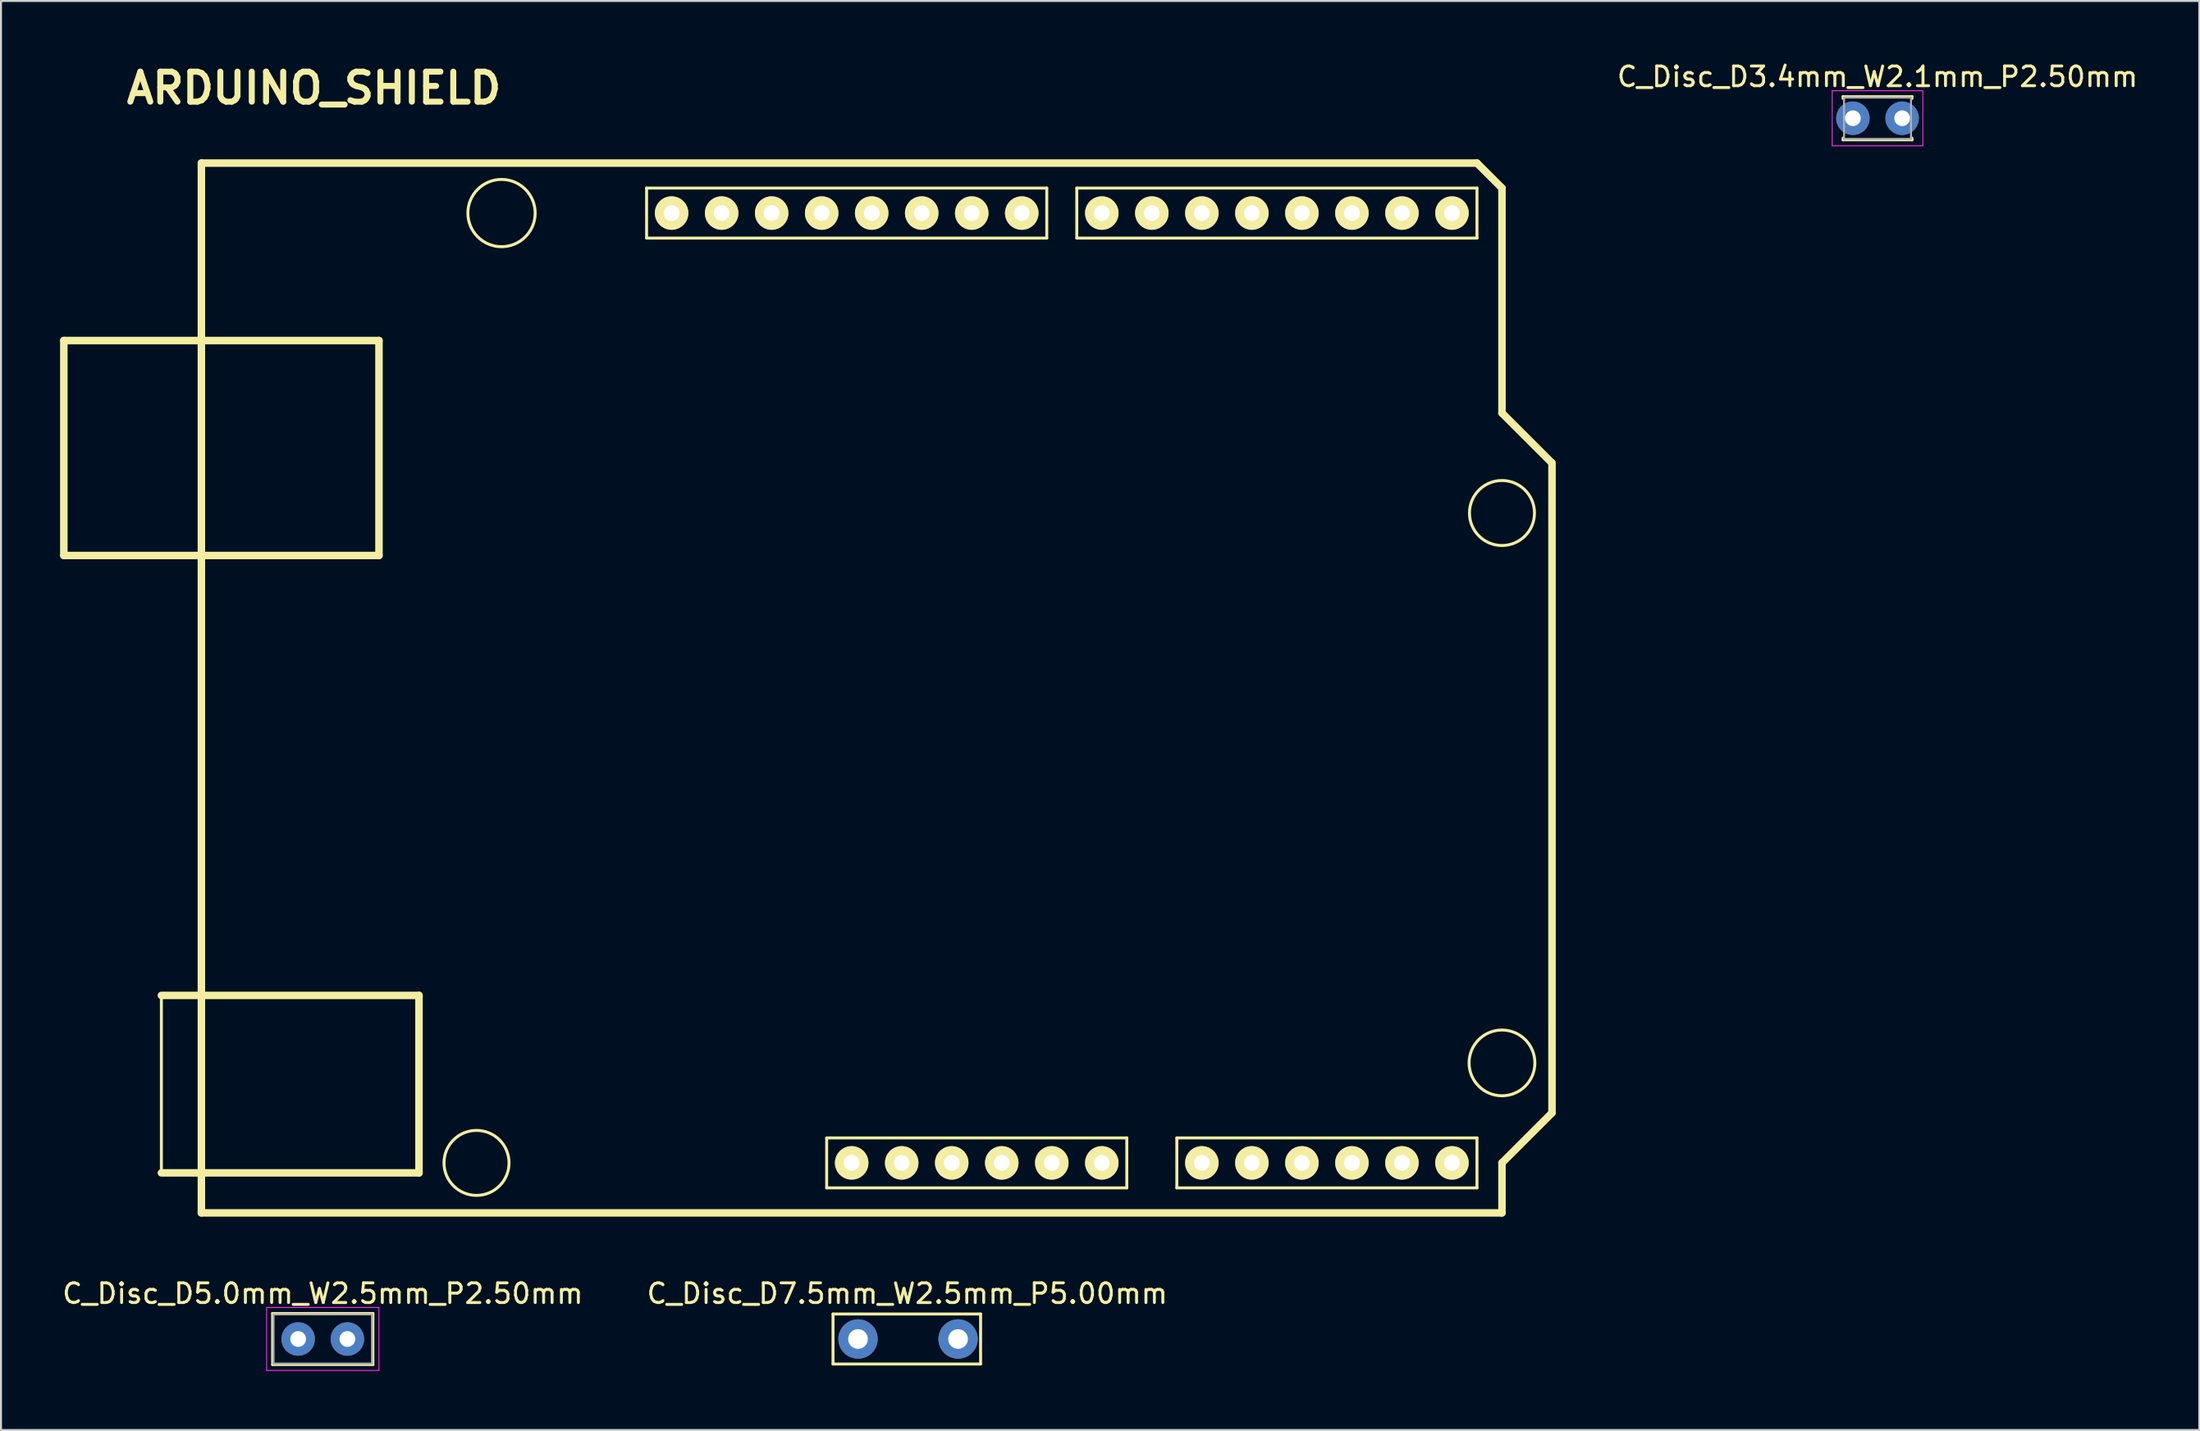
<source format=kicad_pcb>
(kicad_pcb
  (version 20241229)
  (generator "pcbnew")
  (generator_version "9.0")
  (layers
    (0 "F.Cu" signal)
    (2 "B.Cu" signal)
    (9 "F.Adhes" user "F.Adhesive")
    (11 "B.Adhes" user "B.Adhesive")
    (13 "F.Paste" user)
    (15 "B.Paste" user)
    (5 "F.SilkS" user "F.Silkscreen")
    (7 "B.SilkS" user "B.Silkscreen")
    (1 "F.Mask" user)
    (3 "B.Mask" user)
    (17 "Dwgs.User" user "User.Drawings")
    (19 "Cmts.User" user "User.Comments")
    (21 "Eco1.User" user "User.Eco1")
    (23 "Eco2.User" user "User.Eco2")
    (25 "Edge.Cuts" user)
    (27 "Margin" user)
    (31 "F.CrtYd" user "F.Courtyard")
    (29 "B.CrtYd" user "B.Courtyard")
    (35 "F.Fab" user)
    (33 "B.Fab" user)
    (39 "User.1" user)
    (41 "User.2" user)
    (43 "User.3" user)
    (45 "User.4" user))
  (footprint "C_Disc_D3.4mm_W2.1mm_P2.50mm"
    (layer "F.Cu")
    (at 91.035 2.958)
    (property "Reference" "C_Disc_D3.4mm_W2.1mm_P2.50mm" (at 1.25 -2.11 0) (layer "F.SilkS") (effects (font (size 1 1) (thickness 0.15))))
    (attr through_hole)
    (fp_line (start -0.51 -1.11) (end -0.51 -0.996) (stroke (width 0.12) (type solid)) (layer "F.SilkS"))
    (fp_line (start -0.51 -1.11) (end 3.01 -1.11) (stroke (width 0.12) (type solid)) (layer "F.SilkS"))
    (fp_line (start -0.51 0.996) (end -0.51 1.11) (stroke (width 0.12) (type solid)) (layer "F.SilkS"))
    (fp_line (start -0.51 1.11) (end 3.01 1.11) (stroke (width 0.12) (type solid)) (layer "F.SilkS"))
    (fp_line (start 3.01 -1.11) (end 3.01 -0.996) (stroke (width 0.12) (type solid)) (layer "F.SilkS"))
    (fp_line (start 3.01 0.996) (end 3.01 1.11) (stroke (width 0.12) (type solid)) (layer "F.SilkS"))
    (fp_line (start -1.05 -1.4) (end -1.05 1.4) (stroke (width 0.05) (type solid)) (layer "F.CrtYd"))
    (fp_line (start -1.05 1.4) (end 3.55 1.4) (stroke (width 0.05) (type solid)) (layer "F.CrtYd"))
    (fp_line (start 3.55 -1.4) (end -1.05 -1.4) (stroke (width 0.05) (type solid)) (layer "F.CrtYd"))
    (fp_line (start 3.55 1.4) (end 3.55 -1.4) (stroke (width 0.05) (type solid)) (layer "F.CrtYd"))
    (fp_line (start -0.45 -1.05) (end -0.45 1.05) (stroke (width 0.1) (type solid)) (layer "F.Fab"))
    (fp_line (start -0.45 1.05) (end 2.95 1.05) (stroke (width 0.1) (type solid)) (layer "F.Fab"))
    (fp_line (start 2.95 -1.05) (end -0.45 -1.05) (stroke (width 0.1) (type solid)) (layer "F.Fab"))
    (fp_line (start 2.95 1.05) (end 2.95 -1.05) (stroke (width 0.1) (type solid)) (layer "F.Fab"))
    (pad "1" thru_hole circle (at 0 0) (size 1.7 1.7) (drill 0.8) (layers "*.Cu" "*.Mask"))
    (pad "2" thru_hole circle (at 2.5 0) (size 1.7 1.7) (drill 0.8) (layers "*.Cu" "*.Mask")))
  (footprint "ARDUINO_SHIELD"
    (layer "F.Cu")
    (at 7.176 58.576)
    (property "Reference" "ARDUINO_SHIELD" (at 5.715 -57.15 0) (layer "F.SilkS") (effects (font (size 1.524 1.524) (thickness 0.305))))
    (attr through_hole)
    (fp_line (start -6.985 -44.323) (end -6.985 -33.401) (stroke (width 0.381) (type solid)) (layer "F.SilkS"))
    (fp_line (start -6.985 -44.323) (end 9.017 -44.323) (stroke (width 0.381) (type solid)) (layer "F.SilkS"))
    (fp_line (start -6.985 -33.401) (end 9.017 -33.401) (stroke (width 0.381) (type solid)) (layer "F.SilkS"))
    (fp_line (start -2.032 -11.049) (end 11.049 -11.049) (stroke (width 0.381) (type solid)) (layer "F.SilkS"))
    (fp_line (start -2.032 -2.032) (end -2.032 -11.049) (stroke (width 0.15) (type solid)) (layer "F.SilkS"))
    (fp_line (start -2.032 -2.032) (end 11.049 -2.032) (stroke (width 0.381) (type solid)) (layer "F.SilkS"))
    (fp_line (start 0 0) (end 0 -53.34) (stroke (width 0.381) (type solid)) (layer "F.SilkS"))
    (fp_line (start 9.017 -44.323) (end 9.017 -33.401) (stroke (width 0.381) (type solid)) (layer "F.SilkS"))
    (fp_line (start 11.049 -11.049) (end 11.049 -2.032) (stroke (width 0.381) (type solid)) (layer "F.SilkS"))
    (fp_line (start 22.606 -52.07) (end 42.926 -52.07) (stroke (width 0.15) (type solid)) (layer "F.SilkS"))
    (fp_line (start 22.606 -49.53) (end 22.606 -52.07) (stroke (width 0.15) (type solid)) (layer "F.SilkS"))
    (fp_line (start 31.75 -3.81) (end 31.75 -1.27) (stroke (width 0.15) (type solid)) (layer "F.SilkS"))
    (fp_line (start 31.75 -1.27) (end 46.99 -1.27) (stroke (width 0.15) (type solid)) (layer "F.SilkS"))
    (fp_line (start 42.926 -52.07) (end 42.926 -49.53) (stroke (width 0.15) (type solid)) (layer "F.SilkS"))
    (fp_line (start 42.926 -49.53) (end 22.606 -49.53) (stroke (width 0.15) (type solid)) (layer "F.SilkS"))
    (fp_line (start 44.45 -52.07) (end 44.45 -49.53) (stroke (width 0.15) (type solid)) (layer "F.SilkS"))
    (fp_line (start 44.45 -49.53) (end 64.77 -49.53) (stroke (width 0.15) (type solid)) (layer "F.SilkS"))
    (fp_line (start 46.99 -3.81) (end 31.75 -3.81) (stroke (width 0.15) (type solid)) (layer "F.SilkS"))
    (fp_line (start 46.99 -1.27) (end 46.99 -3.81) (stroke (width 0.15) (type solid)) (layer "F.SilkS"))
    (fp_line (start 49.53 -3.81) (end 49.53 -1.27) (stroke (width 0.15) (type solid)) (layer "F.SilkS"))
    (fp_line (start 49.53 -1.27) (end 64.77 -1.27) (stroke (width 0.15) (type solid)) (layer "F.SilkS"))
    (fp_line (start 64.77 -53.34) (end 0 -53.34) (stroke (width 0.381) (type solid)) (layer "F.SilkS"))
    (fp_line (start 64.77 -52.07) (end 44.45 -52.07) (stroke (width 0.15) (type solid)) (layer "F.SilkS"))
    (fp_line (start 64.77 -49.53) (end 64.77 -52.07) (stroke (width 0.15) (type solid)) (layer "F.SilkS"))
    (fp_line (start 64.77 -3.81) (end 49.53 -3.81) (stroke (width 0.15) (type solid)) (layer "F.SilkS"))
    (fp_line (start 64.77 -1.27) (end 64.77 -3.81) (stroke (width 0.15) (type solid)) (layer "F.SilkS"))
    (fp_line (start 66.04 -52.07) (end 64.77 -53.34) (stroke (width 0.381) (type solid)) (layer "F.SilkS"))
    (fp_line (start 66.04 -40.64) (end 66.04 -52.07) (stroke (width 0.381) (type solid)) (layer "F.SilkS"))
    (fp_line (start 66.04 -40.64) (end 68.58 -38.1) (stroke (width 0.381) (type solid)) (layer "F.SilkS"))
    (fp_line (start 66.04 -2.54) (end 66.04 0) (stroke (width 0.381) (type solid)) (layer "F.SilkS"))
    (fp_line (start 66.04 0) (end 0 0) (stroke (width 0.381) (type solid)) (layer "F.SilkS"))
    (fp_line (start 68.58 -38.1) (end 68.58 -5.08) (stroke (width 0.381) (type solid)) (layer "F.SilkS"))
    (fp_line (start 68.58 -5.08) (end 66.04 -2.54) (stroke (width 0.381) (type solid)) (layer "F.SilkS"))
    (fp_circle (center 13.97 -2.54) (end 14.605 -4.064) (stroke (width 0.15) (type solid)) (fill no) (layer "F.SilkS"))
    (fp_circle (center 15.24 -50.8) (end 16.383 -49.53) (stroke (width 0.15) (type solid)) (fill no) (layer "F.SilkS"))
    (fp_circle (center 66.04 -35.56) (end 66.04 -37.211) (stroke (width 0.15) (type solid)) (fill no) (layer "F.SilkS"))
    (fp_circle (center 66.04 -7.62) (end 66.294 -9.271) (stroke (width 0.15) (type solid)) (fill no) (layer "F.SilkS"))
    (pad "1" thru_hole circle (at 63.5 -50.8 90) (size 1.7 1.7) (drill 0.8) (layers "*.Cu" "*.Mask" "F.SilkS"))
    (pad "2" thru_hole circle (at 60.96 -50.8 90) (size 1.7 1.7) (drill 0.8) (layers "*.Cu" "*.Mask" "F.SilkS"))
    (pad "3" thru_hole circle (at 58.42 -50.8 90) (size 1.7 1.7) (drill 0.8) (layers "*.Cu" "*.Mask" "F.SilkS"))
    (pad "4" thru_hole circle (at 55.88 -50.8 90) (size 1.7 1.7) (drill 0.8) (layers "*.Cu" "*.Mask" "F.SilkS"))
    (pad "5" thru_hole circle (at 53.34 -50.8 90) (size 1.7 1.7) (drill 0.8) (layers "*.Cu" "*.Mask" "F.SilkS"))
    (pad "6" thru_hole circle (at 50.8 -50.8 90) (size 1.7 1.7) (drill 0.8) (layers "*.Cu" "*.Mask" "F.SilkS"))
    (pad "7" thru_hole circle (at 48.26 -50.8 90) (size 1.7 1.7) (drill 0.8) (layers "*.Cu" "*.Mask" "F.SilkS"))
    (pad "8" thru_hole circle (at 45.72 -50.8 90) (size 1.7 1.7) (drill 0.8) (layers "*.Cu" "*.Mask" "F.SilkS"))
    (pad "9" thru_hole circle (at 41.656 -50.8 90) (size 1.7 1.7) (drill 0.8) (layers "*.Cu" "*.Mask" "F.SilkS"))
    (pad "10" thru_hole circle (at 39.116 -50.8 90) (size 1.7 1.7) (drill 0.8) (layers "*.Cu" "*.Mask" "F.SilkS"))
    (pad "11" thru_hole circle (at 36.576 -50.8 90) (size 1.7 1.7) (drill 0.8) (layers "*.Cu" "*.Mask" "F.SilkS"))
    (pad "12" thru_hole circle (at 34.036 -50.8 90) (size 1.7 1.7) (drill 0.8) (layers "*.Cu" "*.Mask" "F.SilkS"))
    (pad "13" thru_hole circle (at 31.496 -50.8 90) (size 1.7 1.7) (drill 0.8) (layers "*.Cu" "*.Mask" "F.SilkS"))
    (pad "14" thru_hole circle (at 28.956 -50.8 90) (size 1.7 1.7) (drill 0.8) (layers "*.Cu" "*.Mask" "F.SilkS"))
    (pad "15" thru_hole circle (at 26.416 -50.8 90) (size 1.7 1.7) (drill 0.8) (layers "*.Cu" "*.Mask" "F.SilkS"))
    (pad "16" thru_hole circle (at 23.876 -50.8 90) (size 1.7 1.7) (drill 0.8) (layers "*.Cu" "*.Mask" "F.SilkS"))
    (pad "17" thru_hole circle (at 33.02 -2.54 90) (size 1.7 1.7) (drill 0.8) (layers "*.Cu" "*.Mask" "F.SilkS"))
    (pad "18" thru_hole circle (at 35.56 -2.54 90) (size 1.7 1.7) (drill 0.8) (layers "*.Cu" "*.Mask" "F.SilkS"))
    (pad "19" thru_hole circle (at 38.1 -2.54 90) (size 1.7 1.7) (drill 0.8) (layers "*.Cu" "*.Mask" "F.SilkS"))
    (pad "20" thru_hole circle (at 40.64 -2.54 90) (size 1.7 1.7) (drill 0.8) (layers "*.Cu" "*.Mask" "F.SilkS"))
    (pad "21" thru_hole circle (at 43.18 -2.54 90) (size 1.7 1.7) (drill 0.8) (layers "*.Cu" "*.Mask" "F.SilkS"))
    (pad "22" thru_hole circle (at 45.72 -2.54 90) (size 1.7 1.7) (drill 0.8) (layers "*.Cu" "*.Mask" "F.SilkS"))
    (pad "23" thru_hole circle (at 50.8 -2.54 90) (size 1.7 1.7) (drill 0.8) (layers "*.Cu" "*.Mask" "F.SilkS"))
    (pad "24" thru_hole circle (at 53.34 -2.54 90) (size 1.7 1.7) (drill 0.8) (layers "*.Cu" "*.Mask" "F.SilkS"))
    (pad "25" thru_hole circle (at 55.88 -2.54 90) (size 1.7 1.7) (drill 0.8) (layers "*.Cu" "*.Mask" "F.SilkS"))
    (pad "26" thru_hole circle (at 58.42 -2.54 90) (size 1.7 1.7) (drill 0.8) (layers "*.Cu" "*.Mask" "F.SilkS"))
    (pad "27" thru_hole circle (at 60.96 -2.54 90) (size 1.7 1.7) (drill 0.8) (layers "*.Cu" "*.Mask" "F.SilkS"))
    (pad "28" thru_hole circle (at 63.5 -2.54 90) (size 1.7 1.7) (drill 0.8) (layers "*.Cu" "*.Mask" "F.SilkS")))
  (footprint "C_Disc_D5.0mm_W2.5mm_P2.50mm"
    (layer "F.Cu")
    (at 12.089 64.985)
    (property "Reference" "C_Disc_D5.0mm_W2.5mm_P2.50mm" (at 1.25 -2.31 0) (layer "F.SilkS") (effects (font (size 1 1) (thickness 0.15))))
    (attr through_hole)
    (fp_line (start -1.31 -1.31) (end -1.31 1.31) (stroke (width 0.12) (type solid)) (layer "F.SilkS"))
    (fp_line (start -1.31 -1.31) (end 3.81 -1.31) (stroke (width 0.12) (type solid)) (layer "F.SilkS"))
    (fp_line (start -1.31 1.31) (end 3.81 1.31) (stroke (width 0.12) (type solid)) (layer "F.SilkS"))
    (fp_line (start 3.81 -1.31) (end 3.81 1.31) (stroke (width 0.12) (type solid)) (layer "F.SilkS"))
    (fp_line (start -1.6 -1.6) (end -1.6 1.6) (stroke (width 0.05) (type solid)) (layer "F.CrtYd"))
    (fp_line (start -1.6 1.6) (end 4.1 1.6) (stroke (width 0.05) (type solid)) (layer "F.CrtYd"))
    (fp_line (start 4.1 -1.6) (end -1.6 -1.6) (stroke (width 0.05) (type solid)) (layer "F.CrtYd"))
    (fp_line (start 4.1 1.6) (end 4.1 -1.6) (stroke (width 0.05) (type solid)) (layer "F.CrtYd"))
    (fp_line (start -1.25 -1.25) (end -1.25 1.25) (stroke (width 0.1) (type solid)) (layer "F.Fab"))
    (fp_line (start -1.25 1.25) (end 3.75 1.25) (stroke (width 0.1) (type solid)) (layer "F.Fab"))
    (fp_line (start 3.75 -1.25) (end -1.25 -1.25) (stroke (width 0.1) (type solid)) (layer "F.Fab"))
    (fp_line (start 3.75 1.25) (end 3.75 -1.25) (stroke (width 0.1) (type solid)) (layer "F.Fab"))
    (pad "1" thru_hole circle (at 0 0) (size 1.7 1.7) (drill 0.8) (layers "*.Cu" "*.Mask"))
    (pad "2" thru_hole circle (at 2.5 0) (size 1.7 1.7) (drill 0.8) (layers "*.Cu" "*.Mask")))
  (footprint "C_Disc_D7.5mm_W2.5mm_P5.00mm"
    (layer "F.Cu")
    (at 40.518 64.985)
    (property "Reference" "C_Disc_D7.5mm_W2.5mm_P5.00mm" (at 2.5 -2.31 0) (layer "F.SilkS") (effects (font (size 1 1) (thickness 0.15))))
    (attr through_hole)
    (fp_line (start -1.27 -1.27) (end -1.27 1.27) (stroke (width 0.15) (type solid)) (layer "F.SilkS"))
    (fp_line (start -1.27 -1.27) (end 6.223 -1.27) (stroke (width 0.15) (type solid)) (layer "F.SilkS"))
    (fp_line (start -1.27 1.27) (end 6.223 1.27) (stroke (width 0.15) (type solid)) (layer "F.SilkS"))
    (fp_line (start 6.223 -1.27) (end 6.223 1.27) (stroke (width 0.15) (type solid)) (layer "F.SilkS"))
    (pad "1" thru_hole circle (at 0 0) (size 2 2) (drill 1) (layers "*.Cu" "*.Mask"))
    (pad "2" thru_hole circle (at 5.08 0) (size 2 2) (drill 1) (layers "*.Cu" "*.Mask")))
  (gr_rect
    (start -3 -3)
    (end 108.625 69.61)
    (stroke (width 0.1) (type default))
    (fill no)
    (layer "Edge.Cuts")))
</source>
